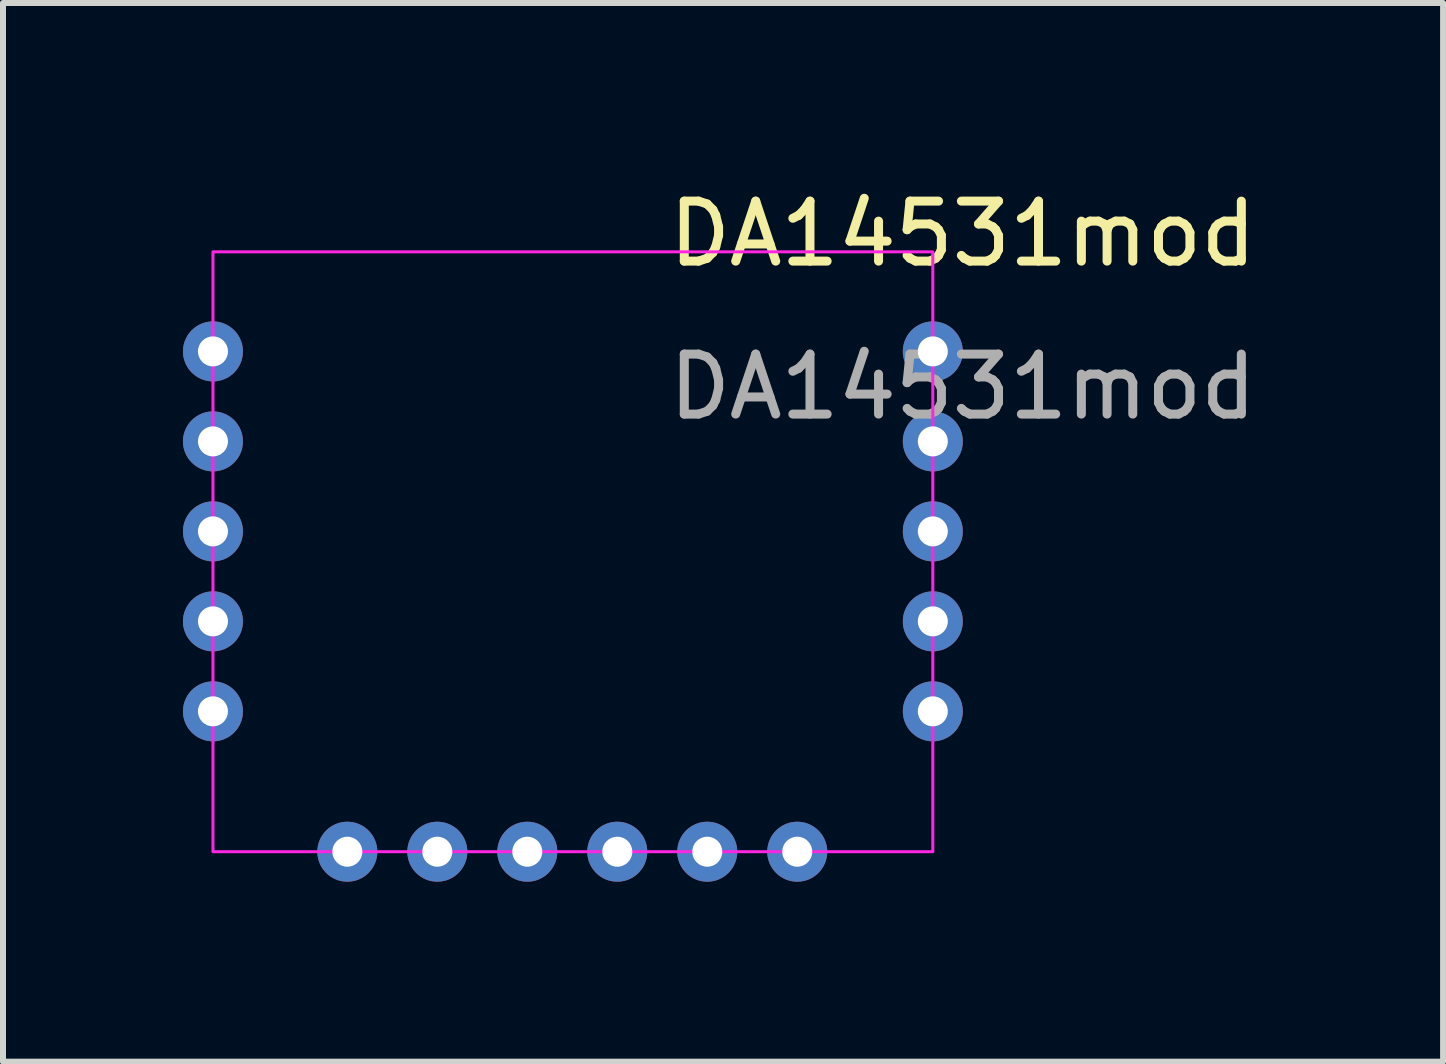
<source format=kicad_pcb>
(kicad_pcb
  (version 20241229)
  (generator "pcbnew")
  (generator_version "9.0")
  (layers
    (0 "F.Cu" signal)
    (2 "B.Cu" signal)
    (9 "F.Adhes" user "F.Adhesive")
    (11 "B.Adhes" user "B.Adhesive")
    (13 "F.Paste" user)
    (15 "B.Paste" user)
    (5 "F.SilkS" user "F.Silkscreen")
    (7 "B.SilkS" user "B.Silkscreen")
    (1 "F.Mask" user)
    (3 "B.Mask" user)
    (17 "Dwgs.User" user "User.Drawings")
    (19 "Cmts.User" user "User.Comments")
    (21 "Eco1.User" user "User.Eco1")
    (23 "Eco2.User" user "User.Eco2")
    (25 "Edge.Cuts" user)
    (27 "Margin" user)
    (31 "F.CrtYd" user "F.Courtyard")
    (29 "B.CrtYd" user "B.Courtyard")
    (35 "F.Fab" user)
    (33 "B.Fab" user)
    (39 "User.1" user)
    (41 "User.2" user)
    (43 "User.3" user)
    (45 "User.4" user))
  (footprint "DA14531mod"
    (layer "F.Cu")
    (at 6.5 6.148)
    (property "Reference" "DA14531mod" (at 6.5 -5.3 0) (layer "F.SilkS") (effects (font (size 1 1) (thickness 0.15))))
    (attr through_hole)
    (fp_rect (start -6 -5) (end 6 5) (stroke (width 0.05) (type solid)) (fill no) (layer "F.CrtYd"))
    (fp_text user "${REFERENCE}" (at 6.5 -2.75 0) (layer "F.Fab") (effects (font (size 1 1) (thickness 0.15))))
    (pad "J1" thru_hole circle (at -6 -3.34 90) (size 1 1) (drill 0.5) (layers "*.Cu" "*.Mask"))
    (pad "J2" thru_hole circle (at -6 -1.84 90) (size 1 1) (drill 0.5) (layers "*.Cu" "*.Mask"))
    (pad "J3" thru_hole circle (at -6 -0.34 90) (size 1 1) (drill 0.5) (layers "*.Cu" "*.Mask"))
    (pad "J4" thru_hole circle (at -6 1.16 90) (size 1 1) (drill 0.5) (layers "*.Cu" "*.Mask"))
    (pad "J5" thru_hole circle (at -6 2.66 90) (size 1 1) (drill 0.5) (layers "*.Cu" "*.Mask"))
    (pad "J6" thru_hole circle (at -3.76 5 90) (size 1 1) (drill 0.5) (layers "*.Cu" "*.Mask"))
    (pad "J7" thru_hole circle (at -2.26 5 90) (size 1 1) (drill 0.5) (layers "*.Cu" "*.Mask"))
    (pad "J8" thru_hole circle (at -0.76 5 90) (size 1 1) (drill 0.5) (layers "*.Cu" "*.Mask"))
    (pad "J9" thru_hole circle (at 0.74 5 90) (size 1 1) (drill 0.5) (layers "*.Cu" "*.Mask"))
    (pad "J10" thru_hole circle (at 2.24 5 90) (size 1 1) (drill 0.5) (layers "*.Cu" "*.Mask"))
    (pad "J11" thru_hole circle (at 3.74 5 90) (size 1 1) (drill 0.5) (layers "*.Cu" "*.Mask"))
    (pad "J12" thru_hole circle (at 6 2.66 90) (size 1 1) (drill 0.5) (layers "*.Cu" "*.Mask"))
    (pad "J13" thru_hole circle (at 6 1.16 90) (size 1 1) (drill 0.5) (layers "*.Cu" "*.Mask"))
    (pad "J14" thru_hole circle (at 6 -0.34 90) (size 1 1) (drill 0.5) (layers "*.Cu" "*.Mask"))
    (pad "J15" thru_hole circle (at 6 -1.84 90) (size 1 1) (drill 0.5) (layers "*.Cu" "*.Mask"))
    (pad "J16" thru_hole circle (at 6 -3.34 90) (size 1 1) (drill 0.5) (layers "*.Cu" "*.Mask")))
  (gr_rect
    (start -3 -3)
    (end 21.006 14.648)
    (stroke (width 0.1) (type default))
    (fill no)
    (layer "Edge.Cuts")))
</source>
